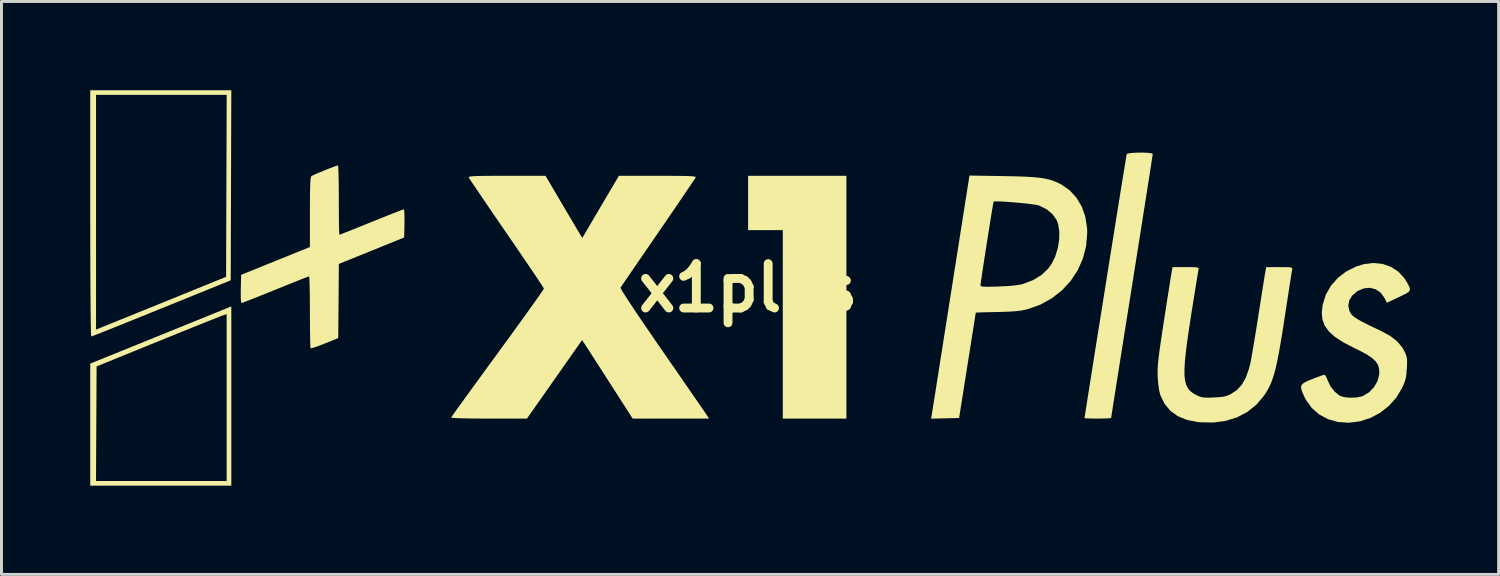
<source format=kicad_pcb>
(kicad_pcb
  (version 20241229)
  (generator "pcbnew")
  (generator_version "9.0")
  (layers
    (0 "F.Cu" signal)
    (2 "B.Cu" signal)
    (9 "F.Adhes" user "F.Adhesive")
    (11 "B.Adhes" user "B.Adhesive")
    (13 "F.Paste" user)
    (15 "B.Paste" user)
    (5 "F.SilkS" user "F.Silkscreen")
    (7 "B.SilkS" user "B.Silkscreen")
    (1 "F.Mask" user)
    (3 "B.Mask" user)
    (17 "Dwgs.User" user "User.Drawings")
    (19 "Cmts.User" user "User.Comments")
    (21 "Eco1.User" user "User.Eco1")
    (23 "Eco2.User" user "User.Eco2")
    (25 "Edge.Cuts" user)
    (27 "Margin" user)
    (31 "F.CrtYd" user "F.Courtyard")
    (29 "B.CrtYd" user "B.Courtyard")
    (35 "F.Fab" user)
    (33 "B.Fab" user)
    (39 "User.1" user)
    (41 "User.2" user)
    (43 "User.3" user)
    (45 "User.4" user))
  (footprint "x1plus"
    (layer "F.Cu")
    (at 22.235 6.682)
    (property "Reference" "x1plus" (at 0 0 0) (layer "F.SilkS") (effects (font (size 1.5 1.5) (thickness 0.3))))
    (attr board_only exclude_from_pos_files exclude_from_bom)
    (fp_poly (pts (xy 3.322 0.313) (xy 3.322 4.416) (xy 2.247 4.416) (xy 1.172 4.416) (xy 1.172 1.231) (xy 1.172 -1.954) (xy 0.586 -1.954) (xy 0 -1.954) (xy 0 -2.872) (xy 0 -3.79) (xy 1.661 -3.79) (xy 3.322 -3.79)) (stroke (width 0) (type solid)) (fill yes) (layer "F.SilkS"))
    (fp_poly (pts (xy -17.467 3.653) (xy -17.467 6.682) (xy -19.851 6.682) (xy -22.235 6.682) (xy -22.235 6.526) (xy -22.04 6.526) (xy -19.832 6.526) (xy -17.624 6.526) (xy -17.624 3.708) (xy -17.624 0.89) (xy -17.712 0.913) (xy -17.763 0.932) (xy -17.88 0.977) (xy -18.056 1.047) (xy -18.285 1.138) (xy -18.559 1.248) (xy -18.872 1.373) (xy -19.217 1.513) (xy -19.587 1.663) (xy -19.91 1.794) (xy -22.02 2.652) (xy -22.03 4.589) (xy -22.04 6.526) (xy -22.235 6.526) (xy -22.235 4.619) (xy -22.235 2.557) (xy -19.978 1.642) (xy -19.577 1.48) (xy -19.194 1.325) (xy -18.837 1.18) (xy -18.512 1.048) (xy -18.225 0.932) (xy -17.984 0.834) (xy -17.794 0.757) (xy -17.663 0.704) (xy -17.597 0.677) (xy -17.594 0.676) (xy -17.467 0.624)) (stroke (width 0) (type solid)) (fill yes) (layer "F.SilkS"))
    (fp_poly (pts (xy -17.477 -3.47) (xy -17.487 -0.258) (xy -19.827 0.691) (xy -20.233 0.856) (xy -20.617 1.011) (xy -20.974 1.155) (xy -21.297 1.285) (xy -21.58 1.398) (xy -21.818 1.493) (xy -22.004 1.567) (xy -22.132 1.616) (xy -22.195 1.64) (xy -22.201 1.641) (xy -22.206 1.603) (xy -22.21 1.492) (xy -22.214 1.312) (xy -22.218 1.07) (xy -22.222 0.769) (xy -22.225 0.415) (xy -22.228 0.013) (xy -22.23 -0.432) (xy -22.232 -0.914) (xy -22.234 -1.43) (xy -22.234 -1.974) (xy -22.235 -2.52) (xy -22.235 -6.526) (xy -22.039 -6.526) (xy -22.039 -2.56) (xy -22.039 1.406) (xy -21.873 1.34) (xy -21.807 1.313) (xy -21.675 1.26) (xy -21.485 1.183) (xy -21.244 1.085) (xy -20.959 0.97) (xy -20.638 0.84) (xy -20.288 0.698) (xy -19.916 0.547) (xy -19.675 0.449) (xy -17.643 -0.376) (xy -17.633 -3.451) (xy -17.623 -6.526) (xy -19.831 -6.526) (xy -22.039 -6.526) (xy -22.235 -6.526) (xy -22.235 -6.682) (xy -19.851 -6.682) (xy -17.467 -6.682)) (stroke (width 0) (type solid)) (fill yes) (layer "F.SilkS"))
    (fp_poly (pts (xy 13.393 -4.573) (xy 13.532 -4.565) (xy 13.632 -4.551) (xy 13.676 -4.531) (xy 13.677 -4.529) (xy 13.671 -4.485) (xy 13.653 -4.369) (xy 13.625 -4.186) (xy 13.587 -3.94) (xy 13.539 -3.637) (xy 13.483 -3.281) (xy 13.42 -2.877) (xy 13.349 -2.43) (xy 13.273 -1.945) (xy 13.191 -1.426) (xy 13.104 -0.88) (xy 13.014 -0.31) (xy 12.974 -0.058) (xy 12.882 0.521) (xy 12.793 1.077) (xy 12.709 1.607) (xy 12.63 2.106) (xy 12.557 2.568) (xy 12.49 2.99) (xy 12.431 3.365) (xy 12.38 3.69) (xy 12.338 3.959) (xy 12.305 4.168) (xy 12.282 4.311) (xy 12.271 4.384) (xy 12.27 4.393) (xy 12.234 4.402) (xy 12.134 4.409) (xy 11.988 4.414) (xy 11.821 4.416) (xy 11.644 4.414) (xy 11.5 4.411) (xy 11.404 4.405) (xy 11.371 4.399) (xy 11.377 4.356) (xy 11.395 4.241) (xy 11.423 4.061) (xy 11.46 3.821) (xy 11.507 3.528) (xy 11.56 3.188) (xy 11.621 2.805) (xy 11.687 2.387) (xy 11.758 1.94) (xy 11.833 1.468) (xy 11.912 0.978) (xy 11.992 0.476) (xy 12.073 -0.032) (xy 12.154 -0.541) (xy 12.234 -1.043) (xy 12.313 -1.535) (xy 12.389 -2.009) (xy 12.461 -2.46) (xy 12.529 -2.882) (xy 12.591 -3.269) (xy 12.647 -3.614) (xy 12.696 -3.913) (xy 12.736 -4.159) (xy 12.766 -4.347) (xy 12.787 -4.469) (xy 12.796 -4.522) (xy 12.796 -4.523) (xy 12.84 -4.544) (xy 12.941 -4.56) (xy 13.079 -4.57) (xy 13.236 -4.574)) (stroke (width 0) (type solid)) (fill yes) (layer "F.SilkS"))
    (fp_poly (pts (xy -13.855 -4.105) (xy -13.849 -3.999) (xy -13.843 -3.833) (xy -13.838 -3.619) (xy -13.835 -3.364) (xy -13.833 -3.079) (xy -13.833 -2.97) (xy -13.833 -2.676) (xy -13.831 -2.409) (xy -13.828 -2.179) (xy -13.824 -1.995) (xy -13.82 -1.866) (xy -13.815 -1.803) (xy -13.813 -1.798) (xy -13.772 -1.812) (xy -13.669 -1.852) (xy -13.512 -1.914) (xy -13.31 -1.994) (xy -13.072 -2.09) (xy -12.808 -2.197) (xy -12.732 -2.227) (xy -12.461 -2.337) (xy -12.214 -2.436) (xy -11.999 -2.521) (xy -11.826 -2.588) (xy -11.704 -2.635) (xy -11.643 -2.656) (xy -11.638 -2.657) (xy -11.625 -2.621) (xy -11.617 -2.521) (xy -11.613 -2.373) (xy -11.614 -2.192) (xy -11.614 -2.182) (xy -11.625 -1.706) (xy -12.729 -1.258) (xy -13.832 -0.811) (xy -13.842 0.442) (xy -13.853 1.695) (xy -14.309 1.879) (xy -14.484 1.947) (xy -14.631 2) (xy -14.737 2.033) (xy -14.787 2.042) (xy -14.788 2.041) (xy -14.794 1.998) (xy -14.799 1.886) (xy -14.803 1.716) (xy -14.806 1.496) (xy -14.809 1.237) (xy -14.81 0.948) (xy -14.81 0.814) (xy -14.811 0.516) (xy -14.814 0.245) (xy -14.818 0.01) (xy -14.823 -0.179) (xy -14.829 -0.313) (xy -14.836 -0.383) (xy -14.84 -0.391) (xy -14.882 -0.377) (xy -14.988 -0.336) (xy -15.148 -0.274) (xy -15.352 -0.193) (xy -15.593 -0.096) (xy -15.861 0.012) (xy -15.976 0.059) (xy -16.252 0.171) (xy -16.506 0.272) (xy -16.728 0.36) (xy -16.909 0.431) (xy -17.039 0.481) (xy -17.11 0.506) (xy -17.12 0.508) (xy -17.135 0.471) (xy -17.145 0.365) (xy -17.148 0.201) (xy -17.146 0.032) (xy -17.135 -0.443) (xy -15.973 -0.913) (xy -14.81 -1.383) (xy -14.81 -2.562) (xy -14.809 -2.919) (xy -14.807 -3.204) (xy -14.802 -3.424) (xy -14.795 -3.585) (xy -14.786 -3.694) (xy -14.774 -3.757) (xy -14.761 -3.779) (xy -14.709 -3.807) (xy -14.603 -3.855) (xy -14.461 -3.914) (xy -14.303 -3.979) (xy -14.146 -4.041) (xy -14.008 -4.094) (xy -13.907 -4.13) (xy -13.863 -4.142)) (stroke (width 0) (type solid)) (fill yes) (layer "F.SilkS"))
    (fp_poly (pts (xy 21.443 -0.813) (xy 21.725 -0.715) (xy 21.973 -0.554) (xy 22.178 -0.333) (xy 22.252 -0.218) (xy 22.327 -0.085) (xy 22.367 0.01) (xy 22.366 0.081) (xy 22.316 0.141) (xy 22.211 0.205) (xy 22.045 0.286) (xy 21.994 0.31) (xy 21.591 0.5) (xy 21.509 0.338) (xy 21.382 0.162) (xy 21.215 0.047) (xy 21.022 -0.004) (xy 20.814 0.014) (xy 20.604 0.102) (xy 20.589 0.112) (xy 20.422 0.253) (xy 20.32 0.418) (xy 20.286 0.596) (xy 20.322 0.774) (xy 20.37 0.864) (xy 20.418 0.922) (xy 20.488 0.982) (xy 20.589 1.05) (xy 20.729 1.13) (xy 20.917 1.226) (xy 21.161 1.345) (xy 21.403 1.459) (xy 21.707 1.625) (xy 21.942 1.809) (xy 22.114 2.017) (xy 22.179 2.132) (xy 22.229 2.241) (xy 22.258 2.333) (xy 22.272 2.435) (xy 22.272 2.569) (xy 22.265 2.715) (xy 22.251 2.908) (xy 22.228 3.056) (xy 22.187 3.19) (xy 22.122 3.342) (xy 22.106 3.377) (xy 21.909 3.705) (xy 21.658 3.987) (xy 21.362 4.219) (xy 21.032 4.395) (xy 20.677 4.509) (xy 20.309 4.556) (xy 19.936 4.53) (xy 19.931 4.529) (xy 19.596 4.434) (xy 19.301 4.275) (xy 19.051 4.056) (xy 18.855 3.784) (xy 18.799 3.674) (xy 18.724 3.503) (xy 18.689 3.38) (xy 18.701 3.291) (xy 18.767 3.22) (xy 18.893 3.152) (xy 19.07 3.079) (xy 19.229 3.018) (xy 19.363 2.969) (xy 19.453 2.939) (xy 19.48 2.932) (xy 19.515 2.965) (xy 19.56 3.051) (xy 19.59 3.127) (xy 19.686 3.326) (xy 19.819 3.499) (xy 19.969 3.625) (xy 20.035 3.66) (xy 20.185 3.697) (xy 20.376 3.71) (xy 20.573 3.7) (xy 20.742 3.666) (xy 20.78 3.652) (xy 20.986 3.528) (xy 21.155 3.354) (xy 21.275 3.146) (xy 21.332 2.922) (xy 21.335 2.86) (xy 21.324 2.717) (xy 21.285 2.592) (xy 21.208 2.478) (xy 21.088 2.367) (xy 20.915 2.252) (xy 20.682 2.125) (xy 20.453 2.013) (xy 20.105 1.832) (xy 19.831 1.652) (xy 19.627 1.468) (xy 19.488 1.272) (xy 19.41 1.061) (xy 19.389 0.827) (xy 19.421 0.564) (xy 19.421 0.564) (xy 19.528 0.226) (xy 19.702 -0.079) (xy 19.936 -0.343) (xy 20.221 -0.561) (xy 20.552 -0.724) (xy 20.812 -0.804) (xy 21.136 -0.844)) (stroke (width 0) (type solid)) (fill yes) (layer "F.SilkS"))
    (fp_poly (pts (xy 8.636 -3.78) (xy 9.034 -3.772) (xy 9.364 -3.761) (xy 9.637 -3.745) (xy 9.862 -3.723) (xy 10.05 -3.693) (xy 10.212 -3.654) (xy 10.356 -3.605) (xy 10.495 -3.543) (xy 10.593 -3.492) (xy 10.873 -3.296) (xy 11.103 -3.044) (xy 11.28 -2.743) (xy 11.399 -2.4) (xy 11.457 -2.021) (xy 11.462 -1.856) (xy 11.424 -1.411) (xy 11.314 -0.989) (xy 11.138 -0.594) (xy 10.901 -0.235) (xy 10.608 0.082) (xy 10.264 0.352) (xy 9.873 0.566) (xy 9.476 0.709) (xy 9.344 0.742) (xy 9.21 0.767) (xy 9.056 0.785) (xy 8.868 0.798) (xy 8.629 0.808) (xy 8.431 0.813) (xy 8.201 0.818) (xy 8.001 0.823) (xy 7.842 0.828) (xy 7.736 0.832) (xy 7.696 0.835) (xy 7.696 0.835) (xy 7.69 0.873) (xy 7.672 0.981) (xy 7.645 1.151) (xy 7.61 1.375) (xy 7.567 1.646) (xy 7.518 1.956) (xy 7.464 2.297) (xy 7.413 2.618) (xy 7.132 4.396) (xy 6.659 4.407) (xy 6.187 4.418) (xy 6.316 3.606) (xy 6.342 3.44) (xy 6.379 3.205) (xy 6.426 2.908) (xy 6.481 2.556) (xy 6.544 2.157) (xy 6.613 1.719) (xy 6.687 1.25) (xy 6.765 0.756) (xy 6.845 0.246) (xy 6.898 -0.089) (xy 7.854 -0.089) (xy 7.863 -0.066) (xy 7.895 -0.051) (xy 7.963 -0.043) (xy 8.076 -0.04) (xy 8.246 -0.043) (xy 8.47 -0.049) (xy 8.795 -0.065) (xy 9.048 -0.088) (xy 9.234 -0.119) (xy 9.3 -0.137) (xy 9.644 -0.271) (xy 9.922 -0.441) (xy 10.142 -0.651) (xy 10.266 -0.826) (xy 10.385 -1.076) (xy 10.469 -1.353) (xy 10.514 -1.638) (xy 10.518 -1.913) (xy 10.479 -2.157) (xy 10.428 -2.296) (xy 10.289 -2.493) (xy 10.092 -2.657) (xy 9.852 -2.777) (xy 9.797 -2.795) (xy 9.711 -2.813) (xy 9.57 -2.833) (xy 9.391 -2.854) (xy 9.188 -2.874) (xy 8.976 -2.893) (xy 8.769 -2.908) (xy 8.583 -2.92) (xy 8.432 -2.926) (xy 8.332 -2.925) (xy 8.299 -2.919) (xy 8.29 -2.879) (xy 8.271 -2.772) (xy 8.243 -2.609) (xy 8.209 -2.4) (xy 8.17 -2.156) (xy 8.127 -1.887) (xy 8.082 -1.604) (xy 8.037 -1.317) (xy 7.994 -1.037) (xy 7.953 -0.775) (xy 7.918 -0.54) (xy 7.889 -0.344) (xy 7.867 -0.196) (xy 7.856 -0.108) (xy 7.854 -0.089) (xy 6.898 -0.089) (xy 6.927 -0.274) (xy 6.963 -0.503) (xy 7.482 -3.799)) (stroke (width 0) (type solid)) (fill yes) (layer "F.SilkS"))
    (fp_poly (pts (xy 14.986 -0.703) (xy 15.113 -0.7) (xy 15.187 -0.691) (xy 15.221 -0.674) (xy 15.228 -0.647) (xy 15.222 -0.615) (xy 15.212 -0.558) (xy 15.191 -0.432) (xy 15.161 -0.247) (xy 15.123 -0.014) (xy 15.079 0.26) (xy 15.03 0.565) (xy 14.98 0.879) (xy 14.902 1.384) (xy 14.84 1.817) (xy 14.793 2.187) (xy 14.762 2.498) (xy 14.748 2.757) (xy 14.751 2.969) (xy 14.771 3.142) (xy 14.809 3.28) (xy 14.864 3.39) (xy 14.937 3.479) (xy 15.029 3.552) (xy 15.125 3.608) (xy 15.228 3.658) (xy 15.316 3.69) (xy 15.412 3.705) (xy 15.539 3.709) (xy 15.719 3.704) (xy 15.728 3.703) (xy 15.926 3.692) (xy 16.07 3.675) (xy 16.183 3.645) (xy 16.292 3.599) (xy 16.319 3.585) (xy 16.521 3.452) (xy 16.684 3.275) (xy 16.816 3.045) (xy 16.922 2.753) (xy 16.975 2.547) (xy 16.996 2.441) (xy 17.027 2.268) (xy 17.067 2.041) (xy 17.112 1.77) (xy 17.162 1.467) (xy 17.214 1.143) (xy 17.254 0.886) (xy 17.305 0.564) (xy 17.352 0.262) (xy 17.395 -0.01) (xy 17.432 -0.241) (xy 17.461 -0.423) (xy 17.482 -0.545) (xy 17.491 -0.596) (xy 17.513 -0.703) (xy 17.96 -0.703) (xy 18.152 -0.703) (xy 18.278 -0.7) (xy 18.352 -0.691) (xy 18.386 -0.674) (xy 18.393 -0.647) (xy 18.388 -0.615) (xy 18.377 -0.558) (xy 18.357 -0.432) (xy 18.328 -0.247) (xy 18.291 -0.013) (xy 18.249 0.262) (xy 18.202 0.567) (xy 18.152 0.895) (xy 18.151 0.899) (xy 18.076 1.385) (xy 18.008 1.8) (xy 17.947 2.154) (xy 17.889 2.453) (xy 17.833 2.705) (xy 17.777 2.918) (xy 17.718 3.099) (xy 17.656 3.256) (xy 17.587 3.397) (xy 17.51 3.53) (xy 17.436 3.643) (xy 17.182 3.944) (xy 16.88 4.188) (xy 16.533 4.371) (xy 16.146 4.492) (xy 15.724 4.549) (xy 15.273 4.54) (xy 15.184 4.531) (xy 14.823 4.458) (xy 14.518 4.331) (xy 14.268 4.15) (xy 14.074 3.913) (xy 13.933 3.621) (xy 13.931 3.615) (xy 13.893 3.466) (xy 13.864 3.264) (xy 13.845 3.032) (xy 13.844 3.009) (xy 13.84 2.896) (xy 13.841 2.784) (xy 13.846 2.662) (xy 13.857 2.521) (xy 13.875 2.353) (xy 13.901 2.149) (xy 13.937 1.898) (xy 13.982 1.593) (xy 14.038 1.223) (xy 14.064 1.055) (xy 14.117 0.713) (xy 14.167 0.392) (xy 14.213 0.101) (xy 14.253 -0.151) (xy 14.285 -0.356) (xy 14.309 -0.504) (xy 14.323 -0.586) (xy 14.325 -0.596) (xy 14.347 -0.703) (xy 14.794 -0.703)) (stroke (width 0) (type solid)) (fill yes) (layer "F.SilkS"))
    (fp_poly (pts (xy -6.347 -2.941) (xy -6.202 -2.695) (xy -6.064 -2.461) (xy -5.939 -2.25) (xy -5.835 -2.073) (xy -5.759 -1.944) (xy -5.726 -1.89) (xy -5.605 -1.689) (xy -4.986 -2.74) (xy -4.367 -3.79) (xy -3.059 -3.79) (xy -2.696 -3.79) (xy -2.405 -3.788) (xy -2.178 -3.785) (xy -2.008 -3.781) (xy -1.89 -3.774) (xy -1.815 -3.765) (xy -1.777 -3.753) (xy -1.77 -3.739) (xy -1.77 -3.739) (xy -1.795 -3.697) (xy -1.861 -3.598) (xy -1.963 -3.446) (xy -2.097 -3.248) (xy -2.259 -3.009) (xy -2.445 -2.735) (xy -2.652 -2.433) (xy -2.874 -2.109) (xy -3.036 -1.873) (xy -3.267 -1.536) (xy -3.486 -1.217) (xy -3.687 -0.924) (xy -3.868 -0.661) (xy -4.023 -0.434) (xy -4.149 -0.25) (xy -4.242 -0.114) (xy -4.297 -0.032) (xy -4.312 -0.011) (xy -4.296 0.031) (xy -4.236 0.134) (xy -4.135 0.296) (xy -3.993 0.513) (xy -3.813 0.784) (xy -3.596 1.106) (xy -3.343 1.475) (xy -3.058 1.891) (xy -2.9 2.119) (xy -2.649 2.482) (xy -2.409 2.828) (xy -2.186 3.151) (xy -1.982 3.447) (xy -1.802 3.708) (xy -1.649 3.93) (xy -1.527 4.106) (xy -1.441 4.231) (xy -1.395 4.3) (xy -1.389 4.308) (xy -1.32 4.416) (xy -2.611 4.416) (xy -3.902 4.416) (xy -4.673 3.214) (xy -4.853 2.934) (xy -5.023 2.67) (xy -5.177 2.43) (xy -5.31 2.224) (xy -5.416 2.059) (xy -5.491 1.943) (xy -5.528 1.888) (xy -5.612 1.763) (xy -6.543 3.089) (xy -7.475 4.416) (xy -8.762 4.416) (xy -9.139 4.415) (xy -9.455 4.411) (xy -9.706 4.406) (xy -9.888 4.398) (xy -10 4.389) (xy -10.036 4.378) (xy -10.036 4.378) (xy -10.012 4.34) (xy -9.944 4.245) (xy -9.839 4.098) (xy -9.698 3.903) (xy -9.527 3.666) (xy -9.328 3.392) (xy -9.106 3.087) (xy -8.865 2.755) (xy -8.607 2.403) (xy -8.46 2.201) (xy -8.196 1.839) (xy -7.946 1.496) (xy -7.714 1.175) (xy -7.504 0.883) (xy -7.319 0.625) (xy -7.163 0.406) (xy -7.04 0.231) (xy -6.954 0.106) (xy -6.908 0.035) (xy -6.901 0.022) (xy -6.924 -0.017) (xy -6.986 -0.115) (xy -7.086 -0.265) (xy -7.217 -0.461) (xy -7.378 -0.699) (xy -7.563 -0.971) (xy -7.768 -1.273) (xy -7.99 -1.597) (xy -8.165 -1.853) (xy -8.398 -2.191) (xy -8.617 -2.511) (xy -8.819 -2.807) (xy -9 -3.073) (xy -9.155 -3.302) (xy -9.282 -3.489) (xy -9.375 -3.628) (xy -9.43 -3.713) (xy -9.445 -3.738) (xy -9.439 -3.752) (xy -9.404 -3.764) (xy -9.332 -3.773) (xy -9.218 -3.78) (xy -9.054 -3.785) (xy -8.834 -3.788) (xy -8.549 -3.79) (xy -8.194 -3.79) (xy -8.156 -3.79) (xy -6.847 -3.79)) (stroke (width 0) (type solid)) (fill yes) (layer "F.SilkS")))
  (gr_rect
    (start -3 -3)
    (end 47.602 16.364)
    (stroke (width 0.1) (type default))
    (fill no)
    (layer "Edge.Cuts")))
</source>
